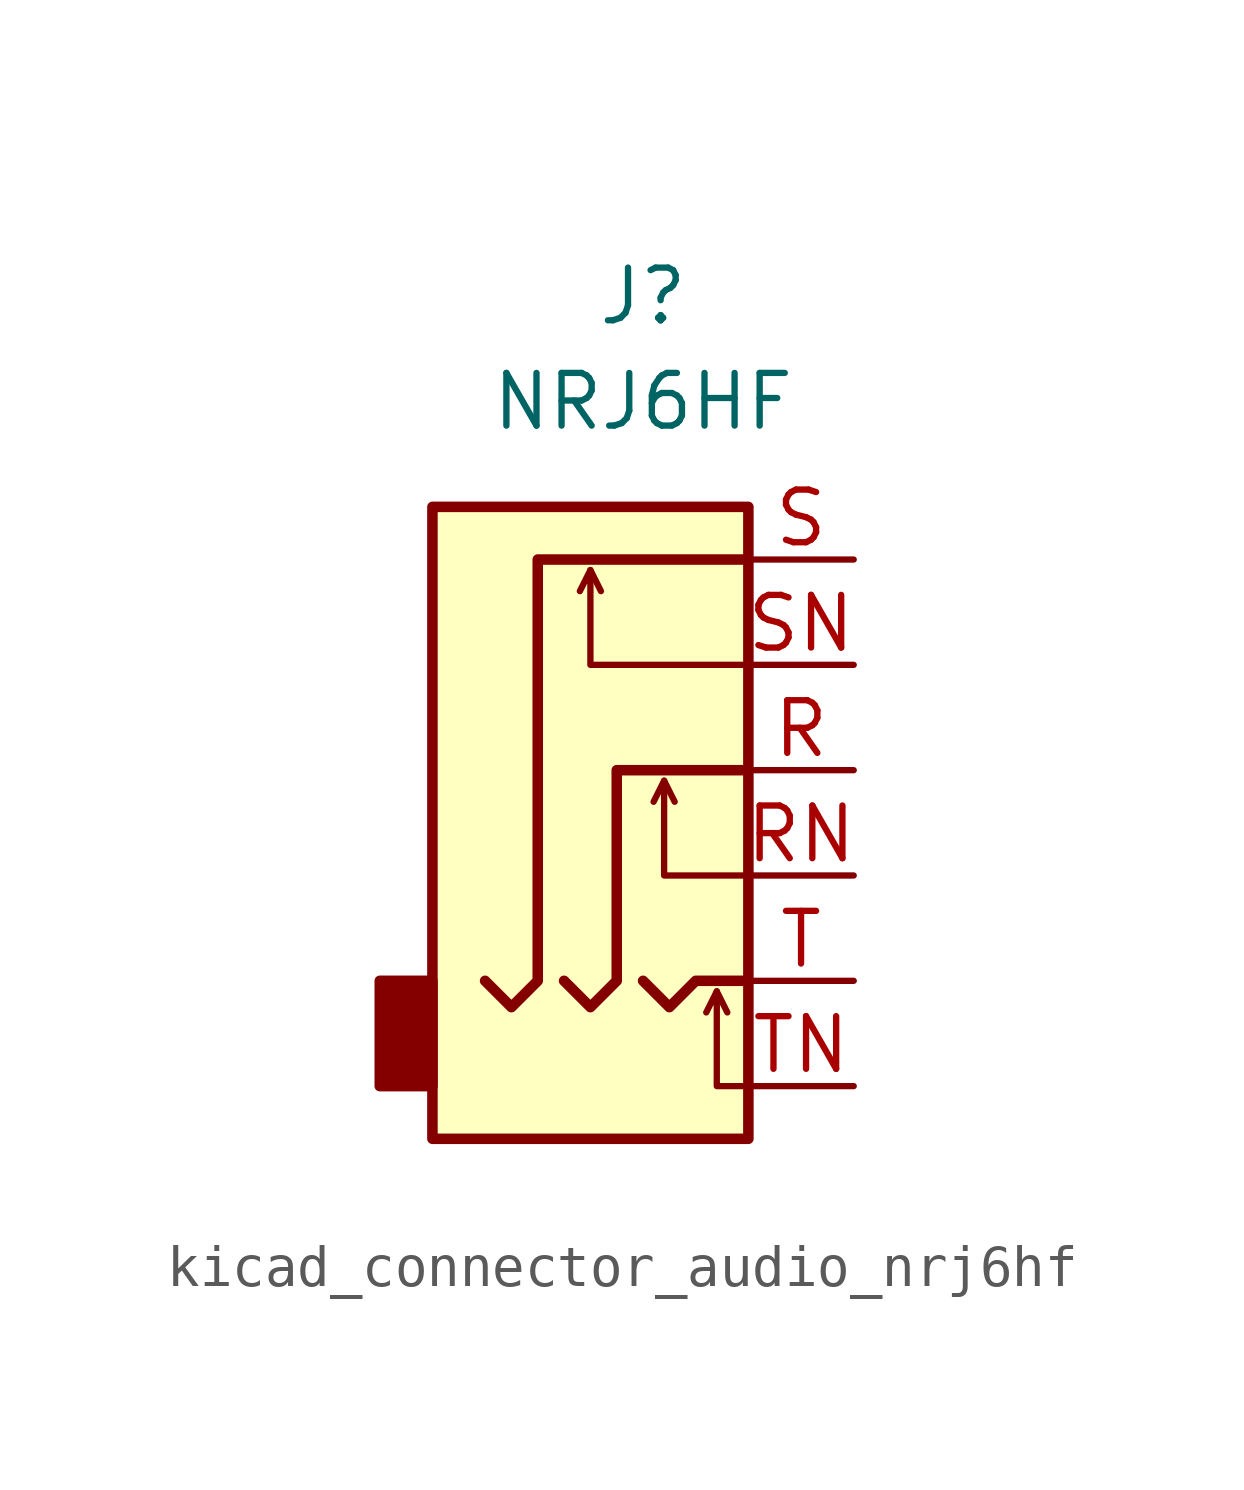
<source format=kicad_sym>
(kicad_symbol_lib
  (version 20220914)
  (generator kicad_symbol_editor)
  (symbol "kicad_connector_audio_nrj6hf"
    (property "Reference" "J"
      (at 0 11.43 0)
      (effects (font (size 1.27 1.27))))
    (property "Value" "NRJ6HF"
      (at 0 8.89 0)
      (effects (font (size 1.27 1.27))))
    (symbol "kicad_connector_audio_nrj6hf_0_1"
      (rectangle (start -5.08 -5.08) (end -6.35 -7.62) (stroke (width 0.254) (type default)) (fill (type outline)))
      (polyline (pts (xy -1.27 4.826) (xy -1.016 4.318)) (stroke (width 0) (type default)) (fill (type none)))
      (polyline (pts (xy 0.508 -0.254) (xy 0.762 -0.762)) (stroke (width 0) (type default)) (fill (type none)))
      (polyline (pts (xy 1.778 -5.334) (xy 2.032 -5.842)) (stroke (width 0) (type default)) (fill (type none)))
      (polyline (pts (xy 0 -5.08) (xy 0.635 -5.715) (xy 1.27 -5.08) (xy 2.54 -5.08)) (stroke (width 0.254) (type default)) (fill (type none)))
      (polyline (pts (xy 2.54 -7.62) (xy 1.778 -7.62) (xy 1.778 -5.334) (xy 1.524 -5.842)) (stroke (width 0) (type default)) (fill (type none)))
      (polyline (pts (xy 2.54 -2.54) (xy 0.508 -2.54) (xy 0.508 -0.254) (xy 0.254 -0.762)) (stroke (width 0) (type default)) (fill (type none)))
      (polyline (pts (xy 2.54 2.54) (xy -1.27 2.54) (xy -1.27 4.826) (xy -1.524 4.318)) (stroke (width 0) (type default)) (fill (type none)))
      (polyline (pts (xy -1.905 -5.08) (xy -1.27 -5.715) (xy -0.635 -5.08) (xy -0.635 0) (xy 2.54 0)) (stroke (width 0.254) (type default)) (fill (type none)))
      (polyline (pts (xy 2.54 5.08) (xy -2.54 5.08) (xy -2.54 -5.08) (xy -3.175 -5.715) (xy -3.81 -5.08)) (stroke (width 0.254) (type default)) (fill (type none)))
      (rectangle (start 2.54 6.35) (end -5.08 -8.89) (stroke (width 0.254) (type default)) (fill (type background))))
    (symbol "kicad_connector_audio_nrj6hf_1_1"
      (pin passive line (at 5.08 0 180) (length 2.54) (name "~" (effects (font (size 1.27 1.27)))) (number "R" (effects (font (size 1.27 1.27)))))
      (pin passive line (at 5.08 -2.54 180) (length 2.54) (name "~" (effects (font (size 1.27 1.27)))) (number "RN" (effects (font (size 1.27 1.27)))))
      (pin passive line (at 5.08 5.08 180) (length 2.54) (name "~" (effects (font (size 1.27 1.27)))) (number "S" (effects (font (size 1.27 1.27)))))
      (pin passive line (at 5.08 2.54 180) (length 2.54) (name "~" (effects (font (size 1.27 1.27)))) (number "SN" (effects (font (size 1.27 1.27)))))
      (pin passive line (at 5.08 -5.08 180) (length 2.54) (name "~" (effects (font (size 1.27 1.27)))) (number "T" (effects (font (size 1.27 1.27)))))
      (pin passive line (at 5.08 -7.62 180) (length 2.54) (name "~" (effects (font (size 1.27 1.27)))) (number "TN" (effects (font (size 1.27 1.27))))))))
</source>
